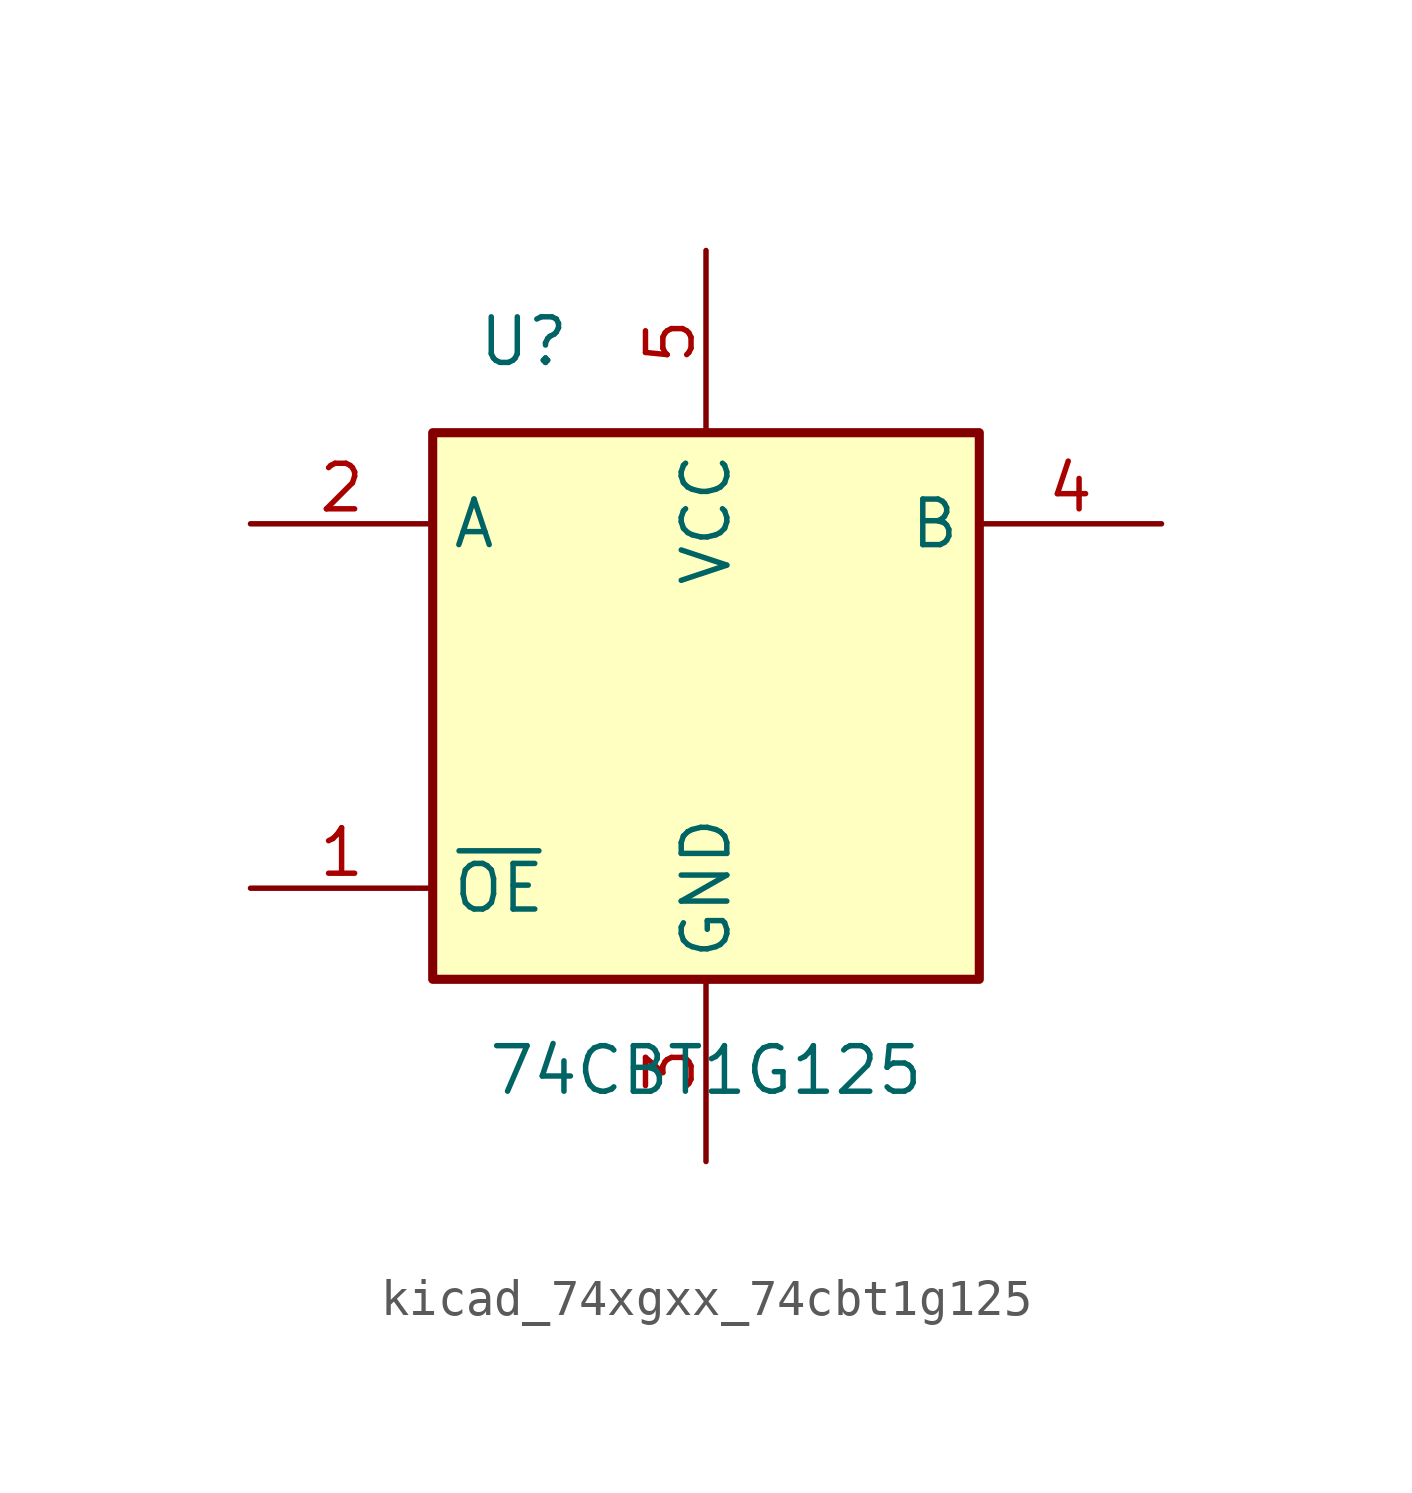
<source format=kicad_sym>
(kicad_symbol_lib
  (version 20220914)
  (generator kicad_symbol_editor)
  (symbol "kicad_74xgxx_74cbt1g125"
    (property "Reference" "U"
      (at -5.08 10.16 0)
      (effects (font (size 1.27 1.27))))
    (property "Value" "74CBT1G125"
      (at 0 -10.16 0)
      (effects (font (size 1.27 1.27))))
    (symbol "kicad_74xgxx_74cbt1g125_0_1"
      (rectangle (start -7.62 7.62) (end 7.62 -7.62) (stroke (width 0.254) (type default)) (fill (type background))))
    (symbol "kicad_74xgxx_74cbt1g125_1_1"
      (pin input line (at -12.7 -5.08 0) (length 5.08) (name "~{OE}" (effects (font (size 1.27 1.27)))) (number "1" (effects (font (size 1.27 1.27)))))
      (pin input line (at -12.7 5.08 0) (length 5.08) (name "A" (effects (font (size 1.27 1.27)))) (number "2" (effects (font (size 1.27 1.27)))))
      (pin power_in line (at 0 -12.7 90) (length 5.08) (name "GND" (effects (font (size 1.27 1.27)))) (number "3" (effects (font (size 1.27 1.27)))))
      (pin tri_state line (at 12.7 5.08 180) (length 5.08) (name "B" (effects (font (size 1.27 1.27)))) (number "4" (effects (font (size 1.27 1.27)))))
      (pin power_in line (at 0 12.7 270) (length 5.08) (name "VCC" (effects (font (size 1.27 1.27)))) (number "5" (effects (font (size 1.27 1.27))))))))
</source>
